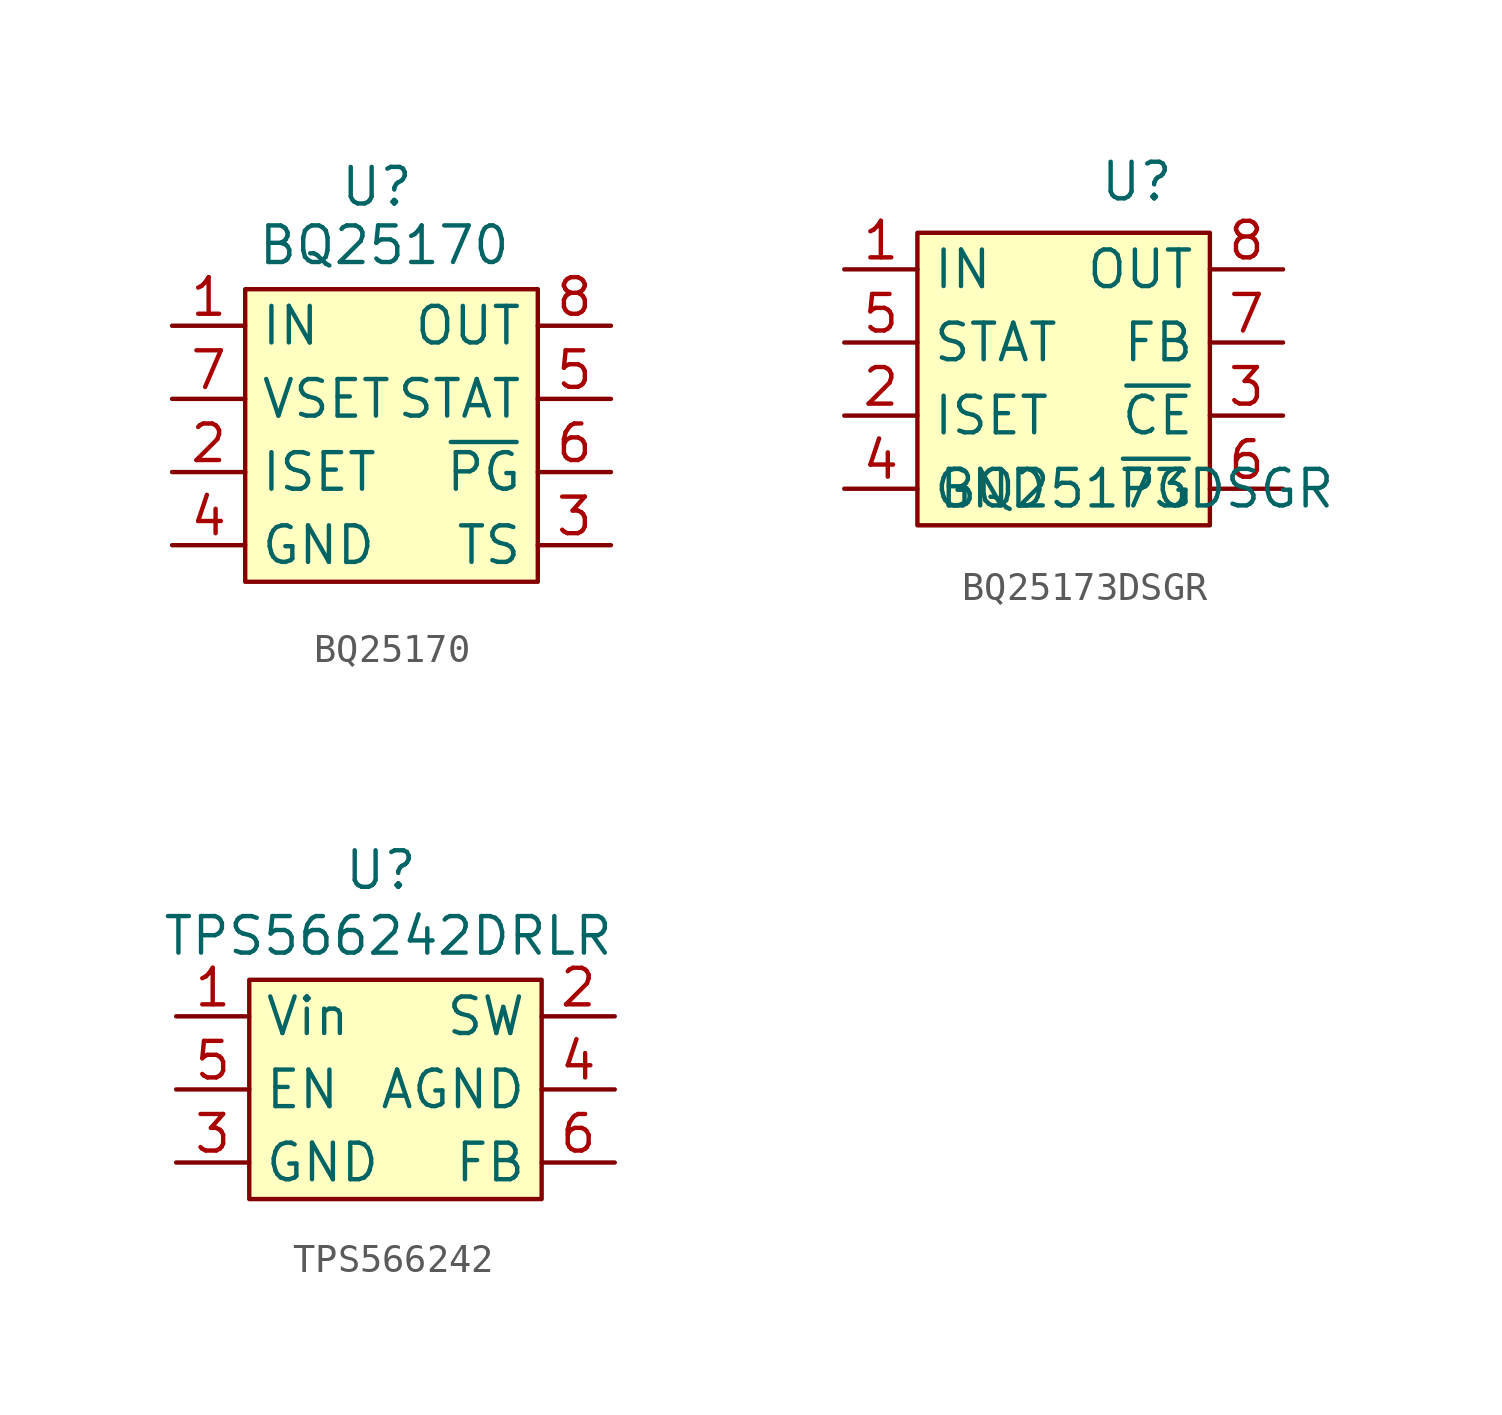
<source format=kicad_sym>
(kicad_symbol_lib
  (version 20231120)
  (generator "kicad_symbol_editor")
  (generator_version "8.0")
  (symbol "BQ25170"
    (property "Reference" "U"
      (at -0.508 8.636 0)
      (effects (font (size 1.27 1.27))))
    (property "Value" "BQ25170"
      (at -0.254 6.604 0)
      (effects (font (size 1.27 1.27))))
    (symbol "BQ25170_1_1"
      (rectangle (start -5.08 5.08) (end 5.08 -5.08) (stroke (width 0) (type default)) (fill (type background)))
      (pin input line (at -7.62 3.81 0) (length 2.54) (name "IN" (effects (font (size 1.27 1.27)))) (number "1" (effects (font (size 1.27 1.27)))))
      (pin input line (at -7.62 -1.27 0) (length 2.54) (name "ISET" (effects (font (size 1.27 1.27)))) (number "2" (effects (font (size 1.27 1.27)))))
      (pin input line (at 7.62 -3.81 180) (length 2.54) (name "TS" (effects (font (size 1.27 1.27)))) (number "3" (effects (font (size 1.27 1.27)))))
      (pin input line (at -7.62 -3.81 0) (length 2.54) (name "GND" (effects (font (size 1.27 1.27)))) (number "4" (effects (font (size 1.27 1.27)))))
      (pin input line (at 7.62 1.27 180) (length 2.54) (name "STAT" (effects (font (size 1.27 1.27)))) (number "5" (effects (font (size 1.27 1.27)))))
      (pin input line (at 7.62 -1.27 180) (length 2.54) (name "~{PG}" (effects (font (size 1.27 1.27)))) (number "6" (effects (font (size 1.27 1.27)))))
      (pin input line (at -7.62 1.27 0) (length 2.54) (name "VSET" (effects (font (size 1.27 1.27)))) (number "7" (effects (font (size 1.27 1.27)))))
      (pin input line (at 7.62 3.81 180) (length 2.54) (name "OUT" (effects (font (size 1.27 1.27)))) (number "8" (effects (font (size 1.27 1.27)))))
      (pin input line (at -7.62 -3.81 0) (length 2.54) hide (name "PAD" (effects (font (size 1.27 1.27)))) (number "9" (effects (font (size 1.27 1.27)))))))
  (symbol "BQ25173DSGR"
    (property "Reference" "U"
      (at 2.54 6.858 0)
      (effects (font (size 1.27 1.27))))
    (property "Value" "BQ25173DSGR"
      (at 2.54 -3.81 0)
      (effects (font (size 1.27 1.27))))
    (symbol "BQ25173DSGR_1_1"
      (rectangle (start -5.08 5.08) (end 5.08 -5.08) (stroke (width 0) (type default)) (fill (type background)))
      (pin input line (at -7.62 3.81 0) (length 2.54) (name "IN" (effects (font (size 1.27 1.27)))) (number "1" (effects (font (size 1.27 1.27)))))
      (pin input line (at -7.62 -1.27 0) (length 2.54) (name "ISET" (effects (font (size 1.27 1.27)))) (number "2" (effects (font (size 1.27 1.27)))))
      (pin input line (at 7.62 -1.27 180) (length 2.54) (name "~{CE}" (effects (font (size 1.27 1.27)))) (number "3" (effects (font (size 1.27 1.27)))))
      (pin input line (at -7.62 -3.81 0) (length 2.54) (name "GND" (effects (font (size 1.27 1.27)))) (number "4" (effects (font (size 1.27 1.27)))))
      (pin input line (at -7.62 1.27 0) (length 2.54) (name "STAT" (effects (font (size 1.27 1.27)))) (number "5" (effects (font (size 1.27 1.27)))))
      (pin input line (at 7.62 -3.81 180) (length 2.54) (name "~{PG}" (effects (font (size 1.27 1.27)))) (number "6" (effects (font (size 1.27 1.27)))))
      (pin input line (at 7.62 1.27 180) (length 2.54) (name "FB" (effects (font (size 1.27 1.27)))) (number "7" (effects (font (size 1.27 1.27)))))
      (pin input line (at 7.62 3.81 180) (length 2.54) (name "OUT" (effects (font (size 1.27 1.27)))) (number "8" (effects (font (size 1.27 1.27)))))
      (pin input line (at -7.62 -3.81 0) (length 2.54) hide (name "PAD" (effects (font (size 1.27 1.27)))) (number "9" (effects (font (size 1.27 1.27)))))))
  (symbol "TPS566242"
    (property "Reference" "U"
      (at -0.508 7.62 0)
      (effects (font (size 1.27 1.27))))
    (property "Value" "TPS566242DRLR"
      (at -0.254 5.334 0)
      (effects (font (size 1.27 1.27))))
    (symbol "TPS566242_1_1"
      (rectangle (start -5.08 3.81) (end 5.08 -3.81) (stroke (width 0) (type default)) (fill (type background)))
      (pin input line (at -7.62 2.54 0) (length 2.54) (name "Vin" (effects (font (size 1.27 1.27)))) (number "1" (effects (font (size 1.27 1.27)))))
      (pin input line (at 7.62 2.54 180) (length 2.54) (name "SW" (effects (font (size 1.27 1.27)))) (number "2" (effects (font (size 1.27 1.27)))))
      (pin input line (at -7.62 -2.54 0) (length 2.54) (name "GND" (effects (font (size 1.27 1.27)))) (number "3" (effects (font (size 1.27 1.27)))))
      (pin input line (at 7.62 0 180) (length 2.54) (name "AGND" (effects (font (size 1.27 1.27)))) (number "4" (effects (font (size 1.27 1.27)))))
      (pin input line (at -7.62 0 0) (length 2.54) (name "EN" (effects (font (size 1.27 1.27)))) (number "5" (effects (font (size 1.27 1.27)))))
      (pin input line (at 7.62 -2.54 180) (length 2.54) (name "FB" (effects (font (size 1.27 1.27)))) (number "6" (effects (font (size 1.27 1.27))))))))
</source>
